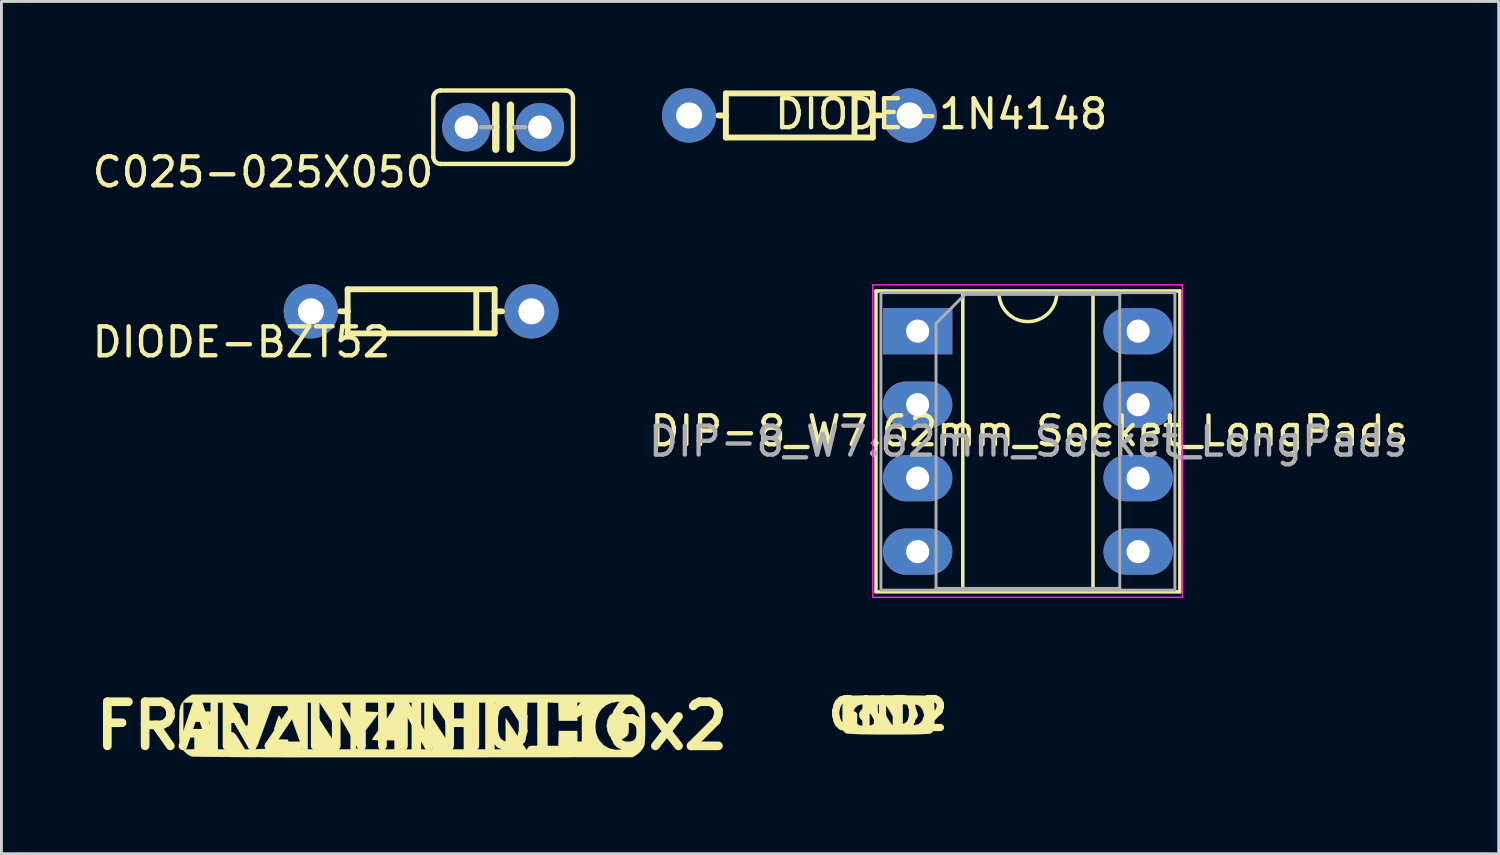
<source format=kicad_pcb>
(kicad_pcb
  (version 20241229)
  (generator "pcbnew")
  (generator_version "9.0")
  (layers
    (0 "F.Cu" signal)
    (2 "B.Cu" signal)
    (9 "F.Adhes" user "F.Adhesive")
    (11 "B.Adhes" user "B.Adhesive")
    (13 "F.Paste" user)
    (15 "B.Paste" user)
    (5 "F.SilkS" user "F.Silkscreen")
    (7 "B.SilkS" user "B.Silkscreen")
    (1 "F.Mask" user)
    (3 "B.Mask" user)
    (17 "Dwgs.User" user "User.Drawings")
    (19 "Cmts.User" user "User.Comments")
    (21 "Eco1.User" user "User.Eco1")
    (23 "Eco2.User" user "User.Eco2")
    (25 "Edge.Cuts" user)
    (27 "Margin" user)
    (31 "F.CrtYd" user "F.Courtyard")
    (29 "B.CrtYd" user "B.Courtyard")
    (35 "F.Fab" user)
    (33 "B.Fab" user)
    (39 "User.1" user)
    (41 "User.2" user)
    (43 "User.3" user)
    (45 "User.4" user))
  (footprint "DIODE-BZT52"
    (layer "F.Cu")
    (at 11.505 7.71)
    (property "Reference" "DIODE-BZT52" (at -0.962 0.478 180) (layer "F.SilkS") (effects (font (size 1 1) (thickness 0.152)) (justify right top)))
    (attr through_hole)
    (fp_line (start -2.54 -0.762) (end 2.54 -0.762) (stroke (width 0.203) (type solid)) (layer "F.SilkS"))
    (fp_line (start -2.54 0) (end -2.794 0) (stroke (width 0.203) (type solid)) (layer "F.SilkS"))
    (fp_line (start -2.54 0) (end -2.54 -0.762) (stroke (width 0.203) (type solid)) (layer "F.SilkS"))
    (fp_line (start -2.54 0.762) (end -2.54 0) (stroke (width 0.203) (type solid)) (layer "F.SilkS"))
    (fp_line (start 1.905 -0.635) (end 1.905 0.635) (stroke (width 0.203) (type solid)) (layer "F.SilkS"))
    (fp_line (start 2.54 -0.762) (end 2.54 0) (stroke (width 0.203) (type solid)) (layer "F.SilkS"))
    (fp_line (start 2.54 0) (end 2.54 0.762) (stroke (width 0.203) (type solid)) (layer "F.SilkS"))
    (fp_line (start 2.54 0) (end 2.794 0) (stroke (width 0.203) (type solid)) (layer "F.SilkS"))
    (fp_line (start 2.54 0.762) (end -2.54 0.762) (stroke (width 0.203) (type solid)) (layer "F.SilkS"))
    (pad "A" thru_hole circle (at -3.81 0) (size 1.88 1.88) (drill 0.9) (layers "*.Cu" "*.Mask"))
    (pad "C" thru_hole circle (at 3.81 0) (size 1.88 1.88) (drill 0.9) (layers "*.Cu" "*.Mask")))
  (footprint "FRANZININHO_16x2"
    (layer "F.Cu")
    (at 11.183 22.038)
    (property "Reference" "FRANZININHO_16x2" (at 0 0 0) (layer "F.SilkS") (effects (font (size 1.524 1.524) (thickness 0.3))))
    (attr through_hole)
    (fp_poly (pts (xy -6.062 -0.505) (xy -5.97 -0.44) (xy -5.931 -0.346) (xy -5.953 -0.234) (xy -5.982 -0.184) (xy -6.046 -0.127) (xy -6.146 -0.106) (xy -6.176 -0.106) (xy -6.315 -0.106) (xy -6.315 -0.529) (xy -6.199 -0.529) (xy -6.062 -0.505)) (stroke (width 0.01) (type solid)) (fill yes) (layer "F.SilkS"))
    (fp_poly (pts (xy -4.578 -0.351) (xy -4.543 -0.288) (xy -4.498 -0.171) (xy -4.494 -0.161) (xy -4.453 -0.038) (xy -4.423 0.059) (xy -4.41 0.111) (xy -4.41 0.113) (xy -4.441 0.129) (xy -4.523 0.139) (xy -4.586 0.141) (xy -4.687 0.139) (xy -4.751 0.133) (xy -4.763 0.129) (xy -4.752 0.092) (xy -4.725 0.009) (xy -4.689 -0.098) (xy -4.651 -0.209) (xy -4.618 -0.303) (xy -4.599 -0.353) (xy -4.578 -0.351)) (stroke (width 0.01) (type solid)) (fill yes) (layer "F.SilkS"))
    (fp_poly (pts (xy 7.259 -0.48) (xy 7.349 -0.428) (xy 7.393 -0.386) (xy 7.445 -0.326) (xy 7.476 -0.269) (xy 7.491 -0.192) (xy 7.496 -0.077) (xy 7.497 0.005) (xy 7.495 0.147) (xy 7.487 0.239) (xy 7.466 0.299) (xy 7.426 0.349) (xy 7.381 0.391) (xy 7.247 0.471) (xy 7.098 0.495) (xy 6.958 0.46) (xy 6.919 0.436) (xy 6.827 0.334) (xy 6.764 0.185) (xy 6.738 0.013) (xy 6.738 0) (xy 6.763 -0.196) (xy 6.835 -0.347) (xy 6.95 -0.448) (xy 7.103 -0.492) (xy 7.145 -0.494) (xy 7.259 -0.48)) (stroke (width 0.01) (type solid)) (fill yes) (layer "F.SilkS"))
    (fp_poly (pts (xy 7.768 -0.995) (xy 7.875 -0.909) (xy 7.968 -0.801) (xy 7.98 -0.783) (xy 8.008 -0.733) (xy 8.029 -0.682) (xy 8.044 -0.619) (xy 8.053 -0.531) (xy 8.058 -0.407) (xy 8.06 -0.236) (xy 8.061 -0.006) (xy 8.061 0) (xy 8.061 0.231) (xy 8.058 0.404) (xy 8.053 0.528) (xy 8.044 0.617) (xy 8.03 0.681) (xy 8.009 0.732) (xy 7.981 0.782) (xy 7.98 0.783) (xy 7.894 0.89) (xy 7.786 0.983) (xy 7.768 0.995) (xy 7.638 1.076) (xy 0.071 1.082) (xy -0.797 1.082) (xy -1.621 1.082) (xy -2.4 1.082) (xy -3.134 1.082) (xy -3.818 1.081) (xy -4.453 1.08) (xy -5.035 1.078) (xy -5.563 1.077) (xy -6.035 1.075) (xy -6.449 1.072) (xy -6.803 1.07) (xy -7.096 1.067) (xy -7.325 1.064) (xy -7.488 1.061) (xy -7.585 1.057) (xy -7.611 1.054) (xy -7.745 0.985) (xy -7.872 0.869) (xy -7.909 0.815) (xy 4.692 0.815) (xy 4.877 0.804) (xy 5.062 0.794) (xy 5.073 0.485) (xy 5.083 0.176) (xy 5.715 0.176) (xy 5.715 0.811) (xy 6.103 0.811) (xy 6.103 0.017) (xy 6.342 0.017) (xy 6.363 0.232) (xy 6.431 0.431) (xy 6.548 0.599) (xy 6.61 0.657) (xy 6.809 0.774) (xy 7.032 0.83) (xy 7.263 0.824) (xy 7.487 0.754) (xy 7.51 0.743) (xy 7.678 0.62) (xy 7.805 0.451) (xy 7.888 0.249) (xy 7.923 0.028) (xy 7.907 -0.198) (xy 7.836 -0.414) (xy 7.83 -0.427) (xy 7.702 -0.607) (xy 7.533 -0.737) (xy 7.335 -0.816) (xy 7.121 -0.839) (xy 6.903 -0.804) (xy 6.705 -0.714) (xy 6.549 -0.579) (xy 6.436 -0.402) (xy 6.366 -0.199) (xy 6.342 0.017) (xy 6.103 0.017) (xy 6.103 -0.811) (xy 5.715 -0.811) (xy 5.715 -0.176) (xy 5.083 -0.176) (xy 5.073 -0.485) (xy 5.062 -0.794) (xy 4.877 -0.804) (xy 4.692 -0.815) (xy 4.692 0.815) (xy -7.909 0.815) (xy -7.97 0.728) (xy -8.01 0.629) (xy -8.025 0.528) (xy -8.035 0.368) (xy -8.04 0.159) (xy -8.037 -0.085) (xy -8.032 -0.301) (xy -8.026 -0.459) (xy -8.016 -0.572) (xy -8.002 -0.653) (xy -7.982 -0.714) (xy -7.953 -0.769) (xy -7.945 -0.783) (xy -7.922 -0.811) (xy -7.902 -0.811) (xy -7.902 0.811) (xy -7.514 0.811) (xy -7.514 0.176) (xy -6.985 0.176) (xy -6.985 -0.141) (xy -7.514 -0.141) (xy -7.514 -0.494) (xy -6.95 -0.494) (xy -6.95 -0.811) (xy -6.703 -0.811) (xy -6.703 0.811) (xy -6.315 0.811) (xy -6.315 0.207) (xy -6.218 0.218) (xy -6.165 0.235) (xy -6.111 0.278) (xy -6.047 0.36) (xy -5.963 0.491) (xy -5.945 0.521) (xy -5.768 0.813) (xy -4.96 0.794) (xy -4.908 0.625) (xy -4.855 0.456) (xy -4.572 0.466) (xy -4.288 0.476) (xy -4.241 0.644) (xy -4.194 0.811) (xy -3.981 0.811) (xy -3.86 0.808) (xy -3.798 0.795) (xy -3.783 0.771) (xy -3.786 0.763) (xy -3.803 0.717) (xy -3.839 0.615) (xy -3.893 0.466) (xy -3.959 0.281) (xy -4.034 0.07) (xy -4.077 -0.048) (xy -4.349 -0.811) (xy -3.598 -0.811) (xy -3.598 0.811) (xy -3.246 0.811) (xy -3.244 -0.3) (xy -2.883 0.255) (xy -2.522 0.809) (xy -2.32 0.81) (xy -2.117 0.811) (xy -2.117 0.738) (xy -1.939 0.738) (xy -1.921 0.783) (xy -1.917 0.788) (xy -1.876 0.795) (xy -1.775 0.802) (xy -1.628 0.807) (xy -1.444 0.81) (xy -1.246 0.811) (xy -0.6 0.811) (xy -0.6 0.494) (xy -0.988 0.494) (xy -1.144 0.492) (xy -1.27 0.488) (xy -1.352 0.482) (xy -1.376 0.476) (xy -1.356 0.443) (xy -1.301 0.363) (xy -1.217 0.244) (xy -1.111 0.095) (xy -0.989 -0.073) (xy -0.988 -0.075) (xy -0.834 -0.29) (xy -0.722 -0.456) (xy -0.648 -0.579) (xy -0.609 -0.665) (xy -0.6 -0.71) (xy -0.6 -0.811) (xy -0.388 -0.811) (xy -0.388 0.811) (xy 0 0.811) (xy 0 -0.811) (xy 0.318 -0.811) (xy 0.318 0.811) (xy 0.706 0.811) (xy 0.706 0.273) (xy 0.707 -0.265) (xy 1.061 0.273) (xy 1.415 0.811) (xy 1.799 0.811) (xy 1.799 -0.811) (xy 2.152 -0.811) (xy 2.152 0.811) (xy 2.54 0.811) (xy 2.54 -0.811) (xy 2.857 -0.811) (xy 2.857 0.811) (xy 3.246 0.811) (xy 3.246 0.273) (xy 3.247 -0.265) (xy 3.598 0.273) (xy 3.949 0.811) (xy 4.339 0.811) (xy 4.339 -0.811) (xy 3.988 -0.811) (xy 3.978 -0.279) (xy 3.969 0.253) (xy 3.621 -0.279) (xy 3.274 -0.811) (xy 2.857 -0.811) (xy 2.54 -0.811) (xy 2.152 -0.811) (xy 1.799 -0.811) (xy 1.446 -0.811) (xy 1.445 0.265) (xy 0.737 -0.811) (xy 0.318 -0.811) (xy 0 -0.811) (xy -0.388 -0.811) (xy -0.6 -0.811) (xy -1.87 -0.811) (xy -1.87 -0.496) (xy -1.124 -0.476) (xy -1.532 0.068) (xy -1.691 0.283) (xy -1.808 0.452) (xy -1.886 0.579) (xy -1.928 0.673) (xy -1.939 0.738) (xy -2.117 0.738) (xy -2.117 -0.811) (xy -2.505 -0.811) (xy -2.506 -0.291) (xy -2.506 0.229) (xy -2.848 -0.291) (xy -3.189 -0.811) (xy -3.598 -0.811) (xy -4.349 -0.811) (xy -4.57 -0.811) (xy -4.697 -0.807) (xy -4.771 -0.793) (xy -4.808 -0.763) (xy -4.815 -0.75) (xy -4.834 -0.698) (xy -4.873 -0.592) (xy -4.928 -0.442) (xy -4.994 -0.261) (xy -5.068 -0.059) (xy -5.07 -0.053) (xy -5.144 0.151) (xy -5.212 0.337) (xy -5.269 0.492) (xy -5.31 0.606) (xy -5.332 0.665) (xy -5.332 0.665) (xy -5.35 0.7) (xy -5.372 0.705) (xy -5.407 0.672) (xy -5.464 0.593) (xy -5.535 0.485) (xy -5.622 0.357) (xy -5.705 0.244) (xy -5.769 0.165) (xy -5.785 0.15) (xy -5.836 0.098) (xy -5.838 0.073) (xy -5.79 0.054) (xy -5.721 0.013) (xy -5.642 -0.06) (xy -5.628 -0.075) (xy -5.567 -0.169) (xy -5.542 -0.279) (xy -5.539 -0.357) (xy -5.554 -0.51) (xy -5.604 -0.628) (xy -5.696 -0.713) (xy -5.836 -0.769) (xy -6.03 -0.801) (xy -6.286 -0.811) (xy -6.315 -0.811) (xy -6.703 -0.811) (xy -6.95 -0.811) (xy -7.902 -0.811) (xy -7.922 -0.811) (xy -7.858 -0.89) (xy -7.751 -0.983) (xy -7.733 -0.995) (xy -7.602 -1.076) (xy 7.638 -1.076) (xy 7.768 -0.995)) (stroke (width 0.01) (type solid)) (fill yes) (layer "F.SilkS")))
  (footprint "GND2"
    (layer "F.Cu")
    (at 27.642 21.644)
    (property "Reference" "GND2" (at 0 0 0) (layer "F.SilkS") (effects (font (size 1 1) (thickness 0.25))))
    (attr through_hole)
    (fp_poly (pts (xy 0.854 -0.208) (xy 0.935 -0.156) (xy 0.998 -0.086) (xy 1.014 -0.056) (xy 1.032 0.007) (xy 1.021 0.065) (xy 1.005 0.099) (xy 0.946 0.172) (xy 0.863 0.229) (xy 0.778 0.254) (xy 0.77 0.254) (xy 0.748 0.249) (xy 0.735 0.228) (xy 0.727 0.181) (xy 0.724 0.1) (xy 0.724 0.013) (xy 0.725 -0.099) (xy 0.728 -0.17) (xy 0.737 -0.209) (xy 0.752 -0.225) (xy 0.775 -0.229) (xy 0.854 -0.208)) (stroke (width 0.01) (type solid)) (fill yes) (layer "F.SilkS"))
    (fp_poly (pts (xy 0.303 -0.662) (xy 0.533 -0.661) (xy 0.751 -0.658) (xy 0.95 -0.655) (xy 1.124 -0.651) (xy 1.269 -0.646) (xy 1.377 -0.641) (xy 1.444 -0.634) (xy 1.461 -0.63) (xy 1.506 -0.605) (xy 1.541 -0.571) (xy 1.566 -0.522) (xy 1.583 -0.45) (xy 1.593 -0.35) (xy 1.598 -0.214) (xy 1.6 -0.036) (xy 1.6 0.013) (xy 1.599 0.202) (xy 1.595 0.347) (xy 1.586 0.455) (xy 1.57 0.532) (xy 1.547 0.586) (xy 1.516 0.623) (xy 1.473 0.65) (xy 1.461 0.655) (xy 1.42 0.663) (xy 1.333 0.669) (xy 1.208 0.675) (xy 1.05 0.679) (xy 0.864 0.683) (xy 0.656 0.685) (xy 0.432 0.687) (xy 0.198 0.688) (xy -0.04 0.688) (xy -0.278 0.687) (xy -0.508 0.685) (xy -0.726 0.682) (xy -0.926 0.678) (xy -1.101 0.674) (xy -1.247 0.668) (xy -1.357 0.662) (xy -1.425 0.655) (xy -1.445 0.65) (xy -1.487 0.623) (xy -1.519 0.589) (xy -1.542 0.542) (xy -1.557 0.475) (xy -1.567 0.38) (xy -1.572 0.25) (xy -1.574 0.079) (xy -1.574 0.078) (xy -1.21 0.078) (xy -1.174 0.201) (xy -1.105 0.301) (xy -1.009 0.366) (xy -0.975 0.379) (xy -0.904 0.39) (xy -0.811 0.393) (xy -0.712 0.389) (xy -0.658 0.384) (xy 0.508 0.384) (xy 0.743 0.379) (xy 0.869 0.373) (xy 0.972 0.36) (xy 1.04 0.343) (xy 1.046 0.34) (xy 1.103 0.301) (xy 1.157 0.247) (xy 1.196 0.195) (xy 1.208 0.156) (xy 1.206 0.151) (xy 1.211 0.121) (xy 1.219 0.115) (xy 1.245 0.071) (xy 1.245 -0.001) (xy 1.224 -0.088) (xy 1.184 -0.177) (xy 1.13 -0.255) (xy 1.107 -0.279) (xy 1.071 -0.308) (xy 1.031 -0.327) (xy 0.975 -0.339) (xy 0.891 -0.346) (xy 0.773 -0.351) (xy 0.508 -0.361) (xy 0.508 0.384) (xy -0.658 0.384) (xy -0.623 0.38) (xy -0.562 0.365) (xy -0.549 0.358) (xy -0.512 0.343) (xy -0.499 0.347) (xy -0.491 0.332) (xy -0.486 0.277) (xy -0.483 0.193) (xy -0.483 0.169) (xy -0.483 -0.025) (xy -0.864 -0.025) (xy -0.864 0.046) (xy -0.859 0.093) (xy -0.836 0.11) (xy -0.778 0.107) (xy -0.775 0.106) (xy -0.715 0.103) (xy -0.691 0.12) (xy -0.686 0.169) (xy -0.686 0.178) (xy -0.689 0.232) (xy -0.708 0.252) (xy -0.759 0.249) (xy -0.778 0.246) (xy -0.881 0.21) (xy -0.956 0.146) (xy -0.997 0.064) (xy -0.998 -0.026) (xy -0.982 -0.069) (xy -0.942 -0.133) (xy -0.902 -0.177) (xy -0.832 -0.208) (xy -0.741 -0.214) (xy -0.654 -0.196) (xy -0.613 -0.173) (xy -0.554 -0.135) (xy -0.522 -0.138) (xy -0.509 -0.184) (xy -0.508 -0.227) (xy -0.513 -0.286) (xy -0.533 -0.325) (xy -0.577 -0.348) (xy -0.624 -0.356) (xy -0.356 -0.356) (xy -0.356 0.381) (xy -0.152 0.381) (xy -0.151 0.133) (xy -0.15 0.022) (xy -0.147 -0.045) (xy -0.14 -0.073) (xy -0.13 -0.068) (xy -0.12 -0.048) (xy -0.092 0.004) (xy -0.045 0.084) (xy 0.011 0.177) (xy 0.025 0.199) (xy 0.081 0.288) (xy 0.122 0.341) (xy 0.156 0.369) (xy 0.196 0.379) (xy 0.247 0.381) (xy 0.356 0.381) (xy 0.356 -0.356) (xy 0.178 -0.356) (xy 0.178 -0.133) (xy 0.177 -0.028) (xy 0.175 0.033) (xy 0.169 0.056) (xy 0.157 0.047) (xy 0.138 0.014) (xy 0.138 0.013) (xy 0.103 -0.049) (xy 0.052 -0.133) (xy 0.005 -0.209) (xy -0.089 -0.355) (xy -0.356 -0.356) (xy -0.624 -0.356) (xy -0.656 -0.361) (xy -0.758 -0.367) (xy -0.92 -0.357) (xy -1.048 -0.31) (xy -1.141 -0.228) (xy -1.197 -0.112) (xy -1.208 -0.06) (xy -1.21 0.078) (xy -1.574 0.078) (xy -1.574 0.018) (xy -1.573 -0.172) (xy -1.569 -0.318) (xy -1.56 -0.427) (xy -1.546 -0.505) (xy -1.523 -0.559) (xy -1.492 -0.596) (xy -1.45 -0.623) (xy -1.436 -0.63) (xy -1.395 -0.637) (xy -1.309 -0.643) (xy -1.184 -0.648) (xy -1.026 -0.653) (xy -0.84 -0.657) (xy -0.632 -0.659) (xy -0.408 -0.661) (xy -0.174 -0.662) (xy 0.065 -0.663) (xy 0.303 -0.662)) (stroke (width 0.01) (type solid)) (fill yes) (layer "F.SilkS")))
  (footprint "DIP-8_W7.62mm_Socket_LongPads"
    (layer "F.Cu")
    (at 28.665 8.395)
    (property "Reference" "DIP-8_W7.62mm_Socket_LongPads" (at 3.861 3.454 0) (layer "F.SilkS") (effects (font (size 1 1) (thickness 0.15))))
    (attr through_hole)
    (fp_line (start -1.44 -1.39) (end -1.44 9.01) (stroke (width 0.12) (type solid)) (layer "F.SilkS"))
    (fp_line (start -1.44 9.01) (end 9.06 9.01) (stroke (width 0.12) (type solid)) (layer "F.SilkS"))
    (fp_line (start 1.56 -1.33) (end 1.56 8.95) (stroke (width 0.12) (type solid)) (layer "F.SilkS"))
    (fp_line (start 1.56 8.95) (end 6.06 8.95) (stroke (width 0.12) (type solid)) (layer "F.SilkS"))
    (fp_line (start 2.81 -1.33) (end 1.56 -1.33) (stroke (width 0.12) (type solid)) (layer "F.SilkS"))
    (fp_line (start 6.06 -1.33) (end 4.81 -1.33) (stroke (width 0.12) (type solid)) (layer "F.SilkS"))
    (fp_line (start 6.06 8.95) (end 6.06 -1.33) (stroke (width 0.12) (type solid)) (layer "F.SilkS"))
    (fp_line (start 9.06 -1.39) (end -1.44 -1.39) (stroke (width 0.12) (type solid)) (layer "F.SilkS"))
    (fp_line (start 9.06 9.01) (end 9.06 -1.39) (stroke (width 0.12) (type solid)) (layer "F.SilkS"))
    (fp_arc (start 4.81 -1.33) (mid 3.81 -0.33) (end 2.81 -1.33) (stroke (width 0.12) (type solid)) (layer "F.SilkS"))
    (fp_line (start -1.55 -1.6) (end -1.55 9.2) (stroke (width 0.05) (type solid)) (layer "F.CrtYd"))
    (fp_line (start -1.55 9.2) (end 9.15 9.2) (stroke (width 0.05) (type solid)) (layer "F.CrtYd"))
    (fp_line (start 9.15 -1.6) (end -1.55 -1.6) (stroke (width 0.05) (type solid)) (layer "F.CrtYd"))
    (fp_line (start 9.15 9.2) (end 9.15 -1.6) (stroke (width 0.05) (type solid)) (layer "F.CrtYd"))
    (fp_line (start -1.27 -1.33) (end -1.27 8.95) (stroke (width 0.1) (type solid)) (layer "F.Fab"))
    (fp_line (start -1.27 8.95) (end 8.89 8.95) (stroke (width 0.1) (type solid)) (layer "F.Fab"))
    (fp_line (start 0.635 -0.27) (end 1.635 -1.27) (stroke (width 0.1) (type solid)) (layer "F.Fab"))
    (fp_line (start 0.635 8.89) (end 0.635 -0.27) (stroke (width 0.1) (type solid)) (layer "F.Fab"))
    (fp_line (start 1.635 -1.27) (end 6.985 -1.27) (stroke (width 0.1) (type solid)) (layer "F.Fab"))
    (fp_line (start 6.985 -1.27) (end 6.985 8.89) (stroke (width 0.1) (type solid)) (layer "F.Fab"))
    (fp_line (start 6.985 8.89) (end 0.635 8.89) (stroke (width 0.1) (type solid)) (layer "F.Fab"))
    (fp_line (start 8.89 -1.33) (end -1.27 -1.33) (stroke (width 0.1) (type solid)) (layer "F.Fab"))
    (fp_line (start 8.89 8.95) (end 8.89 -1.33) (stroke (width 0.1) (type solid)) (layer "F.Fab"))
    (fp_text user "${REFERENCE}" (at 3.81 3.81 0) (layer "F.Fab") (effects (font (size 1 1) (thickness 0.15))))
    (pad "1" thru_hole rect (at 0 0) (size 2.4 1.6) (drill 0.8) (layers "*.Cu" "*.Mask"))
    (pad "2" thru_hole oval (at 0 2.54) (size 2.4 1.6) (drill 0.8) (layers "*.Cu" "*.Mask"))
    (pad "3" thru_hole oval (at 0 5.08) (size 2.4 1.6) (drill 0.8) (layers "*.Cu" "*.Mask"))
    (pad "4" thru_hole oval (at 0 7.62) (size 2.4 1.6) (drill 0.8) (layers "*.Cu" "*.Mask"))
    (pad "5" thru_hole oval (at 7.62 7.62) (size 2.4 1.6) (drill 0.8) (layers "*.Cu" "*.Mask"))
    (pad "6" thru_hole oval (at 7.62 5.08) (size 2.4 1.6) (drill 0.8) (layers "*.Cu" "*.Mask"))
    (pad "7" thru_hole oval (at 7.62 2.54) (size 2.4 1.6) (drill 0.8) (layers "*.Cu" "*.Mask"))
    (pad "8" thru_hole oval (at 7.62 0) (size 2.4 1.6) (drill 0.8) (layers "*.Cu" "*.Mask")))
  (footprint "C025-025X050"
    (layer "F.Cu")
    (at 14.338 1.346)
    (property "Reference" "C025-025X050" (at -2.318 0.967 0) (layer "F.SilkS") (effects (font (size 1 1) (thickness 0.152)) (justify right top)))
    (attr through_hole)
    (fp_line (start -2.413 -1.016) (end -2.413 1.016) (stroke (width 0.152) (type solid)) (layer "F.SilkS"))
    (fp_line (start -2.159 -1.27) (end 2.159 -1.27) (stroke (width 0.152) (type solid)) (layer "F.SilkS"))
    (fp_line (start -0.254 -0.762) (end -0.254 0) (stroke (width 0.254) (type solid)) (layer "F.SilkS"))
    (fp_line (start -0.254 0) (end -0.381 0) (stroke (width 0.152) (type solid)) (layer "F.SilkS"))
    (fp_line (start -0.254 0) (end -0.254 0.762) (stroke (width 0.254) (type solid)) (layer "F.SilkS"))
    (fp_line (start 0.254 0) (end 0.254 -0.762) (stroke (width 0.254) (type solid)) (layer "F.SilkS"))
    (fp_line (start 0.254 0) (end 0.254 0.762) (stroke (width 0.254) (type solid)) (layer "F.SilkS"))
    (fp_line (start 0.381 0) (end 0.254 0) (stroke (width 0.152) (type solid)) (layer "F.SilkS"))
    (fp_line (start 2.159 1.27) (end -2.159 1.27) (stroke (width 0.152) (type solid)) (layer "F.SilkS"))
    (fp_line (start 2.413 -1.016) (end 2.413 1.016) (stroke (width 0.152) (type solid)) (layer "F.SilkS"))
    (fp_arc (start -2.413 -1.016) (mid -2.338605 -1.195605) (end -2.159 -1.27) (stroke (width 0.1524) (type solid)) (layer "F.SilkS"))
    (fp_arc (start -2.159 1.27) (mid -2.338605 1.195605) (end -2.413 1.016) (stroke (width 0.1524) (type solid)) (layer "F.SilkS"))
    (fp_arc (start 2.159 -1.27) (mid 2.338605 -1.195605) (end 2.413 -1.016) (stroke (width 0.1524) (type solid)) (layer "F.SilkS"))
    (fp_arc (start 2.413 1.016) (mid 2.338605 1.195605) (end 2.159 1.27) (stroke (width 0.1524) (type solid)) (layer "F.SilkS"))
    (fp_line (start -0.381 0) (end -0.762 0) (stroke (width 0.152) (type solid)) (layer "F.Fab"))
    (fp_line (start 0.762 0) (end 0.381 0) (stroke (width 0.152) (type solid)) (layer "F.Fab"))
    (pad "1" thru_hole circle (at -1.27 0) (size 1.676 1.676) (drill 0.813) (layers "*.Cu" "*.Mask"))
    (pad "2" thru_hole circle (at 1.27 0) (size 1.676 1.676) (drill 0.813) (layers "*.Cu" "*.Mask")))
  (footprint "DIODE-1N4148"
    (layer "F.Cu")
    (at 24.577 0.94)
    (property "Reference" "DIODE-1N4148" (at -0.934 0.535 0) (layer "F.SilkS") (effects (font (size 1 1) (thickness 0.152)) (justify left bottom)))
    (attr through_hole)
    (fp_line (start -2.54 -0.762) (end 2.54 -0.762) (stroke (width 0.203) (type solid)) (layer "F.SilkS"))
    (fp_line (start -2.54 0) (end -2.794 0) (stroke (width 0.203) (type solid)) (layer "F.SilkS"))
    (fp_line (start -2.54 0) (end -2.54 -0.762) (stroke (width 0.203) (type solid)) (layer "F.SilkS"))
    (fp_line (start -2.54 0.762) (end -2.54 0) (stroke (width 0.203) (type solid)) (layer "F.SilkS"))
    (fp_line (start 1.905 -0.635) (end 1.905 0.635) (stroke (width 0.203) (type solid)) (layer "F.SilkS"))
    (fp_line (start 2.54 -0.762) (end 2.54 0) (stroke (width 0.203) (type solid)) (layer "F.SilkS"))
    (fp_line (start 2.54 0) (end 2.54 0.762) (stroke (width 0.203) (type solid)) (layer "F.SilkS"))
    (fp_line (start 2.54 0) (end 2.794 0) (stroke (width 0.203) (type solid)) (layer "F.SilkS"))
    (fp_line (start 2.54 0.762) (end -2.54 0.762) (stroke (width 0.203) (type solid)) (layer "F.SilkS"))
    (pad "A" thru_hole circle (at -3.81 0) (size 1.88 1.88) (drill 0.9) (layers "*.Cu" "*.Mask"))
    (pad "C" thru_hole circle (at 3.81 0) (size 1.88 1.88) (drill 0.9) (layers "*.Cu" "*.Mask")))
  (gr_rect
    (start -3 -3)
    (end 48.746 26.456)
    (stroke (width 0.1) (type default))
    (fill no)
    (layer "Edge.Cuts")))
</source>
